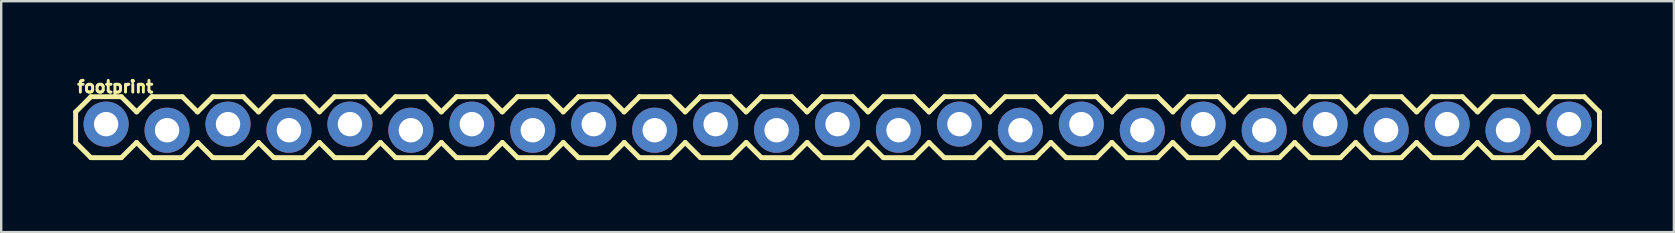
<source format=kicad_pcb>
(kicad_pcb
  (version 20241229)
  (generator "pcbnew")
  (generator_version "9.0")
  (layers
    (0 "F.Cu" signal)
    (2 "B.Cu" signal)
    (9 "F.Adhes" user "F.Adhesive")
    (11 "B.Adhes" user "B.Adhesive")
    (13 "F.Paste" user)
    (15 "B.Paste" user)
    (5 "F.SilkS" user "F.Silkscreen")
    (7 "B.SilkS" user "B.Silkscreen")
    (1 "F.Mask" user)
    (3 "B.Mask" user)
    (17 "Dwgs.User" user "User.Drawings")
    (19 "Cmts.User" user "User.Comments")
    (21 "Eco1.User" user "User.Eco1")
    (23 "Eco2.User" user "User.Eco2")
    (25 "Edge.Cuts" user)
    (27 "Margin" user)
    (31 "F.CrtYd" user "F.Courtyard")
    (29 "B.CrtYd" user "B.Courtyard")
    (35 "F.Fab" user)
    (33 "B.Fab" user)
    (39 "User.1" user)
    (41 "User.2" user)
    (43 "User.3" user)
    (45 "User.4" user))
  (footprint "footprint"
    (layer "F.Cu")
    (at 1.372 2.25)
    (property "Reference" "footprint" (at -1.27 -1.397 0) (layer "F.SilkS") (effects (font (size 0.488 0.488) (thickness 0.122)) (justify left bottom)))
    (fp_line (start -1.27 -0.635) (end -1.27 0.635) (stroke (width 0.203) (type solid)) (layer "F.SilkS"))
    (fp_line (start -1.27 0.635) (end -0.635 1.27) (stroke (width 0.203) (type solid)) (layer "F.SilkS"))
    (fp_line (start -0.635 -1.27) (end -1.27 -0.635) (stroke (width 0.203) (type solid)) (layer "F.SilkS"))
    (fp_line (start -0.635 -1.27) (end 0.635 -1.27) (stroke (width 0.203) (type solid)) (layer "F.SilkS"))
    (fp_line (start 0.635 -1.27) (end 1.27 -0.635) (stroke (width 0.203) (type solid)) (layer "F.SilkS"))
    (fp_line (start 0.635 1.27) (end -0.635 1.27) (stroke (width 0.203) (type solid)) (layer "F.SilkS"))
    (fp_line (start 1.27 -0.635) (end 1.905 -1.27) (stroke (width 0.203) (type solid)) (layer "F.SilkS"))
    (fp_line (start 1.27 0.635) (end 0.635 1.27) (stroke (width 0.203) (type solid)) (layer "F.SilkS"))
    (fp_line (start 1.905 -1.27) (end 3.175 -1.27) (stroke (width 0.203) (type solid)) (layer "F.SilkS"))
    (fp_line (start 1.905 1.27) (end 1.27 0.635) (stroke (width 0.203) (type solid)) (layer "F.SilkS"))
    (fp_line (start 3.175 -1.27) (end 3.81 -0.635) (stroke (width 0.203) (type solid)) (layer "F.SilkS"))
    (fp_line (start 3.175 1.27) (end 1.905 1.27) (stroke (width 0.203) (type solid)) (layer "F.SilkS"))
    (fp_line (start 3.81 -0.635) (end 4.445 -1.27) (stroke (width 0.203) (type solid)) (layer "F.SilkS"))
    (fp_line (start 3.81 0.635) (end 3.175 1.27) (stroke (width 0.203) (type solid)) (layer "F.SilkS"))
    (fp_line (start 4.445 -1.27) (end 5.715 -1.27) (stroke (width 0.203) (type solid)) (layer "F.SilkS"))
    (fp_line (start 4.445 1.27) (end 3.81 0.635) (stroke (width 0.203) (type solid)) (layer "F.SilkS"))
    (fp_line (start 5.715 -1.27) (end 6.35 -0.635) (stroke (width 0.203) (type solid)) (layer "F.SilkS"))
    (fp_line (start 5.715 1.27) (end 4.445 1.27) (stroke (width 0.203) (type solid)) (layer "F.SilkS"))
    (fp_line (start 6.35 0.635) (end 5.715 1.27) (stroke (width 0.203) (type solid)) (layer "F.SilkS"))
    (fp_line (start 6.35 0.635) (end 6.985 1.27) (stroke (width 0.203) (type solid)) (layer "F.SilkS"))
    (fp_line (start 6.985 -1.27) (end 6.35 -0.635) (stroke (width 0.203) (type solid)) (layer "F.SilkS"))
    (fp_line (start 6.985 -1.27) (end 8.255 -1.27) (stroke (width 0.203) (type solid)) (layer "F.SilkS"))
    (fp_line (start 8.255 -1.27) (end 8.89 -0.635) (stroke (width 0.203) (type solid)) (layer "F.SilkS"))
    (fp_line (start 8.255 1.27) (end 6.985 1.27) (stroke (width 0.203) (type solid)) (layer "F.SilkS"))
    (fp_line (start 8.89 -0.635) (end 9.525 -1.27) (stroke (width 0.203) (type solid)) (layer "F.SilkS"))
    (fp_line (start 8.89 0.635) (end 8.255 1.27) (stroke (width 0.203) (type solid)) (layer "F.SilkS"))
    (fp_line (start 9.525 -1.27) (end 10.795 -1.27) (stroke (width 0.203) (type solid)) (layer "F.SilkS"))
    (fp_line (start 9.525 1.27) (end 8.89 0.635) (stroke (width 0.203) (type solid)) (layer "F.SilkS"))
    (fp_line (start 10.795 -1.27) (end 11.43 -0.635) (stroke (width 0.203) (type solid)) (layer "F.SilkS"))
    (fp_line (start 10.795 1.27) (end 9.525 1.27) (stroke (width 0.203) (type solid)) (layer "F.SilkS"))
    (fp_line (start 11.43 -0.635) (end 12.065 -1.27) (stroke (width 0.203) (type solid)) (layer "F.SilkS"))
    (fp_line (start 11.43 0.635) (end 10.795 1.27) (stroke (width 0.203) (type solid)) (layer "F.SilkS"))
    (fp_line (start 12.065 -1.27) (end 13.335 -1.27) (stroke (width 0.203) (type solid)) (layer "F.SilkS"))
    (fp_line (start 12.065 1.27) (end 11.43 0.635) (stroke (width 0.203) (type solid)) (layer "F.SilkS"))
    (fp_line (start 13.335 -1.27) (end 13.97 -0.635) (stroke (width 0.203) (type solid)) (layer "F.SilkS"))
    (fp_line (start 13.335 1.27) (end 12.065 1.27) (stroke (width 0.203) (type solid)) (layer "F.SilkS"))
    (fp_line (start 13.97 0.635) (end 13.335 1.27) (stroke (width 0.203) (type solid)) (layer "F.SilkS"))
    (fp_line (start 13.97 0.635) (end 14.605 1.27) (stroke (width 0.203) (type solid)) (layer "F.SilkS"))
    (fp_line (start 14.605 -1.27) (end 13.97 -0.635) (stroke (width 0.203) (type solid)) (layer "F.SilkS"))
    (fp_line (start 14.605 -1.27) (end 15.875 -1.27) (stroke (width 0.203) (type solid)) (layer "F.SilkS"))
    (fp_line (start 15.875 -1.27) (end 16.51 -0.635) (stroke (width 0.203) (type solid)) (layer "F.SilkS"))
    (fp_line (start 15.875 1.27) (end 14.605 1.27) (stroke (width 0.203) (type solid)) (layer "F.SilkS"))
    (fp_line (start 16.51 0.635) (end 15.875 1.27) (stroke (width 0.203) (type solid)) (layer "F.SilkS"))
    (fp_line (start 16.51 0.635) (end 17.145 1.27) (stroke (width 0.203) (type solid)) (layer "F.SilkS"))
    (fp_line (start 17.145 -1.27) (end 16.51 -0.635) (stroke (width 0.203) (type solid)) (layer "F.SilkS"))
    (fp_line (start 17.145 -1.27) (end 18.415 -1.27) (stroke (width 0.203) (type solid)) (layer "F.SilkS"))
    (fp_line (start 18.415 -1.27) (end 19.05 -0.635) (stroke (width 0.203) (type solid)) (layer "F.SilkS"))
    (fp_line (start 18.415 1.27) (end 17.145 1.27) (stroke (width 0.203) (type solid)) (layer "F.SilkS"))
    (fp_line (start 19.05 -0.635) (end 19.685 -1.27) (stroke (width 0.203) (type solid)) (layer "F.SilkS"))
    (fp_line (start 19.05 0.635) (end 18.415 1.27) (stroke (width 0.203) (type solid)) (layer "F.SilkS"))
    (fp_line (start 19.685 -1.27) (end 20.955 -1.27) (stroke (width 0.203) (type solid)) (layer "F.SilkS"))
    (fp_line (start 19.685 1.27) (end 19.05 0.635) (stroke (width 0.203) (type solid)) (layer "F.SilkS"))
    (fp_line (start 20.955 -1.27) (end 21.59 -0.635) (stroke (width 0.203) (type solid)) (layer "F.SilkS"))
    (fp_line (start 20.955 1.27) (end 19.685 1.27) (stroke (width 0.203) (type solid)) (layer "F.SilkS"))
    (fp_line (start 21.59 -0.635) (end 22.225 -1.27) (stroke (width 0.203) (type solid)) (layer "F.SilkS"))
    (fp_line (start 21.59 0.635) (end 20.955 1.27) (stroke (width 0.203) (type solid)) (layer "F.SilkS"))
    (fp_line (start 22.225 -1.27) (end 23.495 -1.27) (stroke (width 0.203) (type solid)) (layer "F.SilkS"))
    (fp_line (start 22.225 1.27) (end 21.59 0.635) (stroke (width 0.203) (type solid)) (layer "F.SilkS"))
    (fp_line (start 23.495 -1.27) (end 24.13 -0.635) (stroke (width 0.203) (type solid)) (layer "F.SilkS"))
    (fp_line (start 23.495 1.27) (end 22.225 1.27) (stroke (width 0.203) (type solid)) (layer "F.SilkS"))
    (fp_line (start 24.13 0.635) (end 23.495 1.27) (stroke (width 0.203) (type solid)) (layer "F.SilkS"))
    (fp_line (start 24.13 0.635) (end 24.765 1.27) (stroke (width 0.203) (type solid)) (layer "F.SilkS"))
    (fp_line (start 24.765 -1.27) (end 24.13 -0.635) (stroke (width 0.203) (type solid)) (layer "F.SilkS"))
    (fp_line (start 24.765 -1.27) (end 26.035 -1.27) (stroke (width 0.203) (type solid)) (layer "F.SilkS"))
    (fp_line (start 26.035 -1.27) (end 26.67 -0.635) (stroke (width 0.203) (type solid)) (layer "F.SilkS"))
    (fp_line (start 26.035 1.27) (end 24.765 1.27) (stroke (width 0.203) (type solid)) (layer "F.SilkS"))
    (fp_line (start 26.67 -0.635) (end 27.305 -1.27) (stroke (width 0.203) (type solid)) (layer "F.SilkS"))
    (fp_line (start 26.67 0.635) (end 26.035 1.27) (stroke (width 0.203) (type solid)) (layer "F.SilkS"))
    (fp_line (start 27.305 -1.27) (end 28.575 -1.27) (stroke (width 0.203) (type solid)) (layer "F.SilkS"))
    (fp_line (start 27.305 1.27) (end 26.67 0.635) (stroke (width 0.203) (type solid)) (layer "F.SilkS"))
    (fp_line (start 28.575 -1.27) (end 29.21 -0.635) (stroke (width 0.203) (type solid)) (layer "F.SilkS"))
    (fp_line (start 28.575 1.27) (end 27.305 1.27) (stroke (width 0.203) (type solid)) (layer "F.SilkS"))
    (fp_line (start 29.21 -0.635) (end 29.845 -1.27) (stroke (width 0.203) (type solid)) (layer "F.SilkS"))
    (fp_line (start 29.21 0.635) (end 28.575 1.27) (stroke (width 0.203) (type solid)) (layer "F.SilkS"))
    (fp_line (start 29.845 -1.27) (end 31.115 -1.27) (stroke (width 0.203) (type solid)) (layer "F.SilkS"))
    (fp_line (start 29.845 1.27) (end 29.21 0.635) (stroke (width 0.203) (type solid)) (layer "F.SilkS"))
    (fp_line (start 31.115 -1.27) (end 31.75 -0.635) (stroke (width 0.203) (type solid)) (layer "F.SilkS"))
    (fp_line (start 31.115 1.27) (end 29.845 1.27) (stroke (width 0.203) (type solid)) (layer "F.SilkS"))
    (fp_line (start 31.75 0.635) (end 31.115 1.27) (stroke (width 0.203) (type solid)) (layer "F.SilkS"))
    (fp_line (start 31.75 0.635) (end 32.385 1.27) (stroke (width 0.203) (type solid)) (layer "F.SilkS"))
    (fp_line (start 32.385 -1.27) (end 31.75 -0.635) (stroke (width 0.203) (type solid)) (layer "F.SilkS"))
    (fp_line (start 32.385 -1.27) (end 33.655 -1.27) (stroke (width 0.203) (type solid)) (layer "F.SilkS"))
    (fp_line (start 33.655 -1.27) (end 34.29 -0.635) (stroke (width 0.203) (type solid)) (layer "F.SilkS"))
    (fp_line (start 33.655 1.27) (end 32.385 1.27) (stroke (width 0.203) (type solid)) (layer "F.SilkS"))
    (fp_line (start 34.29 0.635) (end 33.655 1.27) (stroke (width 0.203) (type solid)) (layer "F.SilkS"))
    (fp_line (start 34.29 0.635) (end 34.925 1.27) (stroke (width 0.203) (type solid)) (layer "F.SilkS"))
    (fp_line (start 34.925 -1.27) (end 34.29 -0.635) (stroke (width 0.203) (type solid)) (layer "F.SilkS"))
    (fp_line (start 34.925 -1.27) (end 36.195 -1.27) (stroke (width 0.203) (type solid)) (layer "F.SilkS"))
    (fp_line (start 36.195 -1.27) (end 36.83 -0.635) (stroke (width 0.203) (type solid)) (layer "F.SilkS"))
    (fp_line (start 36.195 1.27) (end 34.925 1.27) (stroke (width 0.203) (type solid)) (layer "F.SilkS"))
    (fp_line (start 36.83 0.635) (end 36.195 1.27) (stroke (width 0.203) (type solid)) (layer "F.SilkS"))
    (fp_line (start 36.83 0.635) (end 37.465 1.27) (stroke (width 0.203) (type solid)) (layer "F.SilkS"))
    (fp_line (start 37.465 -1.27) (end 36.83 -0.635) (stroke (width 0.203) (type solid)) (layer "F.SilkS"))
    (fp_line (start 37.465 -1.27) (end 38.735 -1.27) (stroke (width 0.203) (type solid)) (layer "F.SilkS"))
    (fp_line (start 38.735 -1.27) (end 39.37 -0.635) (stroke (width 0.203) (type solid)) (layer "F.SilkS"))
    (fp_line (start 38.735 1.27) (end 37.465 1.27) (stroke (width 0.203) (type solid)) (layer "F.SilkS"))
    (fp_line (start 39.37 0.635) (end 38.735 1.27) (stroke (width 0.203) (type solid)) (layer "F.SilkS"))
    (fp_line (start 39.37 0.635) (end 40.005 1.27) (stroke (width 0.203) (type solid)) (layer "F.SilkS"))
    (fp_line (start 40.005 -1.27) (end 39.37 -0.635) (stroke (width 0.203) (type solid)) (layer "F.SilkS"))
    (fp_line (start 40.005 -1.27) (end 41.275 -1.27) (stroke (width 0.203) (type solid)) (layer "F.SilkS"))
    (fp_line (start 41.275 -1.27) (end 41.91 -0.635) (stroke (width 0.203) (type solid)) (layer "F.SilkS"))
    (fp_line (start 41.275 1.27) (end 40.005 1.27) (stroke (width 0.203) (type solid)) (layer "F.SilkS"))
    (fp_line (start 41.91 0.635) (end 41.275 1.27) (stroke (width 0.203) (type solid)) (layer "F.SilkS"))
    (fp_line (start 41.91 0.635) (end 42.545 1.27) (stroke (width 0.203) (type solid)) (layer "F.SilkS"))
    (fp_line (start 42.545 -1.27) (end 41.91 -0.635) (stroke (width 0.203) (type solid)) (layer "F.SilkS"))
    (fp_line (start 42.545 -1.27) (end 43.815 -1.27) (stroke (width 0.203) (type solid)) (layer "F.SilkS"))
    (fp_line (start 43.815 -1.27) (end 44.45 -0.635) (stroke (width 0.203) (type solid)) (layer "F.SilkS"))
    (fp_line (start 43.815 1.27) (end 42.545 1.27) (stroke (width 0.203) (type solid)) (layer "F.SilkS"))
    (fp_line (start 44.45 0.635) (end 43.815 1.27) (stroke (width 0.203) (type solid)) (layer "F.SilkS"))
    (fp_line (start 44.45 0.635) (end 45.085 1.27) (stroke (width 0.203) (type solid)) (layer "F.SilkS"))
    (fp_line (start 45.085 -1.27) (end 44.45 -0.635) (stroke (width 0.203) (type solid)) (layer "F.SilkS"))
    (fp_line (start 45.085 -1.27) (end 46.355 -1.27) (stroke (width 0.203) (type solid)) (layer "F.SilkS"))
    (fp_line (start 46.355 -1.27) (end 46.99 -0.635) (stroke (width 0.203) (type solid)) (layer "F.SilkS"))
    (fp_line (start 46.355 1.27) (end 45.085 1.27) (stroke (width 0.203) (type solid)) (layer "F.SilkS"))
    (fp_line (start 46.99 0.635) (end 46.355 1.27) (stroke (width 0.203) (type solid)) (layer "F.SilkS"))
    (fp_line (start 46.99 0.635) (end 47.625 1.27) (stroke (width 0.203) (type solid)) (layer "F.SilkS"))
    (fp_line (start 47.625 -1.27) (end 46.99 -0.635) (stroke (width 0.203) (type solid)) (layer "F.SilkS"))
    (fp_line (start 47.625 -1.27) (end 48.895 -1.27) (stroke (width 0.203) (type solid)) (layer "F.SilkS"))
    (fp_line (start 48.895 -1.27) (end 49.53 -0.635) (stroke (width 0.203) (type solid)) (layer "F.SilkS"))
    (fp_line (start 48.895 1.27) (end 47.625 1.27) (stroke (width 0.203) (type solid)) (layer "F.SilkS"))
    (fp_line (start 49.53 0.635) (end 48.895 1.27) (stroke (width 0.203) (type solid)) (layer "F.SilkS"))
    (fp_line (start 49.53 0.635) (end 50.165 1.27) (stroke (width 0.203) (type solid)) (layer "F.SilkS"))
    (fp_line (start 50.165 -1.27) (end 49.53 -0.635) (stroke (width 0.203) (type solid)) (layer "F.SilkS"))
    (fp_line (start 50.165 -1.27) (end 51.435 -1.27) (stroke (width 0.203) (type solid)) (layer "F.SilkS"))
    (fp_line (start 51.435 -1.27) (end 52.07 -0.635) (stroke (width 0.203) (type solid)) (layer "F.SilkS"))
    (fp_line (start 51.435 1.27) (end 50.165 1.27) (stroke (width 0.203) (type solid)) (layer "F.SilkS"))
    (fp_line (start 52.07 0.635) (end 51.435 1.27) (stroke (width 0.203) (type solid)) (layer "F.SilkS"))
    (fp_line (start 52.07 0.635) (end 52.705 1.27) (stroke (width 0.203) (type solid)) (layer "F.SilkS"))
    (fp_line (start 52.705 -1.27) (end 52.07 -0.635) (stroke (width 0.203) (type solid)) (layer "F.SilkS"))
    (fp_line (start 52.705 -1.27) (end 53.975 -1.27) (stroke (width 0.203) (type solid)) (layer "F.SilkS"))
    (fp_line (start 53.975 -1.27) (end 54.61 -0.635) (stroke (width 0.203) (type solid)) (layer "F.SilkS"))
    (fp_line (start 53.975 1.27) (end 52.705 1.27) (stroke (width 0.203) (type solid)) (layer "F.SilkS"))
    (fp_line (start 54.61 0.635) (end 53.975 1.27) (stroke (width 0.203) (type solid)) (layer "F.SilkS"))
    (fp_line (start 54.61 0.635) (end 55.245 1.27) (stroke (width 0.203) (type solid)) (layer "F.SilkS"))
    (fp_line (start 55.245 -1.27) (end 54.61 -0.635) (stroke (width 0.203) (type solid)) (layer "F.SilkS"))
    (fp_line (start 55.245 -1.27) (end 56.515 -1.27) (stroke (width 0.203) (type solid)) (layer "F.SilkS"))
    (fp_line (start 56.515 -1.27) (end 57.15 -0.635) (stroke (width 0.203) (type solid)) (layer "F.SilkS"))
    (fp_line (start 56.515 1.27) (end 55.245 1.27) (stroke (width 0.203) (type solid)) (layer "F.SilkS"))
    (fp_line (start 57.15 0.635) (end 56.515 1.27) (stroke (width 0.203) (type solid)) (layer "F.SilkS"))
    (fp_line (start 57.15 0.635) (end 57.785 1.27) (stroke (width 0.203) (type solid)) (layer "F.SilkS"))
    (fp_line (start 57.785 -1.27) (end 57.15 -0.635) (stroke (width 0.203) (type solid)) (layer "F.SilkS"))
    (fp_line (start 57.785 -1.27) (end 59.055 -1.27) (stroke (width 0.203) (type solid)) (layer "F.SilkS"))
    (fp_line (start 59.055 -1.27) (end 59.69 -0.635) (stroke (width 0.203) (type solid)) (layer "F.SilkS"))
    (fp_line (start 59.055 -1.27) (end 59.69 -0.635) (stroke (width 0.203) (type solid)) (layer "F.SilkS"))
    (fp_line (start 59.055 1.27) (end 57.785 1.27) (stroke (width 0.203) (type solid)) (layer "F.SilkS"))
    (fp_line (start 59.69 0.635) (end 59.055 1.27) (stroke (width 0.203) (type solid)) (layer "F.SilkS"))
    (fp_line (start 59.69 0.635) (end 59.055 1.27) (stroke (width 0.203) (type solid)) (layer "F.SilkS"))
    (fp_line (start 59.69 0.635) (end 60.325 1.27) (stroke (width 0.203) (type solid)) (layer "F.SilkS"))
    (fp_line (start 60.325 -1.27) (end 59.69 -0.635) (stroke (width 0.203) (type solid)) (layer "F.SilkS"))
    (fp_line (start 60.325 -1.27) (end 61.595 -1.27) (stroke (width 0.203) (type solid)) (layer "F.SilkS"))
    (fp_line (start 61.595 -1.27) (end 62.23 -0.635) (stroke (width 0.203) (type solid)) (layer "F.SilkS"))
    (fp_line (start 61.595 1.27) (end 60.325 1.27) (stroke (width 0.203) (type solid)) (layer "F.SilkS"))
    (fp_line (start 62.23 -0.635) (end 62.23 0.635) (stroke (width 0.203) (type solid)) (layer "F.SilkS"))
    (fp_line (start 62.23 0.635) (end 61.595 1.27) (stroke (width 0.203) (type solid)) (layer "F.SilkS"))
    (fp_poly (pts (xy -0.254 0.254) (xy 0.254 0.254) (xy 0.254 -0.254) (xy -0.254 -0.254)) (stroke (width 0.1) (type solid)) (fill no) (layer "F.Fab"))
    (fp_poly (pts (xy 2.286 0.254) (xy 2.794 0.254) (xy 2.794 -0.254) (xy 2.286 -0.254)) (stroke (width 0.1) (type solid)) (fill no) (layer "F.Fab"))
    (fp_poly (pts (xy 4.826 0.254) (xy 5.334 0.254) (xy 5.334 -0.254) (xy 4.826 -0.254)) (stroke (width 0.1) (type solid)) (fill no) (layer "F.Fab"))
    (fp_poly (pts (xy 7.366 0.254) (xy 7.874 0.254) (xy 7.874 -0.254) (xy 7.366 -0.254)) (stroke (width 0.1) (type solid)) (fill no) (layer "F.Fab"))
    (fp_poly (pts (xy 9.906 0.254) (xy 10.414 0.254) (xy 10.414 -0.254) (xy 9.906 -0.254)) (stroke (width 0.1) (type solid)) (fill no) (layer "F.Fab"))
    (fp_poly (pts (xy 12.446 0.254) (xy 12.954 0.254) (xy 12.954 -0.254) (xy 12.446 -0.254)) (stroke (width 0.1) (type solid)) (fill no) (layer "F.Fab"))
    (fp_poly (pts (xy 14.986 0.254) (xy 15.494 0.254) (xy 15.494 -0.254) (xy 14.986 -0.254)) (stroke (width 0.1) (type solid)) (fill no) (layer "F.Fab"))
    (fp_poly (pts (xy 17.526 0.254) (xy 18.034 0.254) (xy 18.034 -0.254) (xy 17.526 -0.254)) (stroke (width 0.1) (type solid)) (fill no) (layer "F.Fab"))
    (fp_poly (pts (xy 20.066 0.254) (xy 20.574 0.254) (xy 20.574 -0.254) (xy 20.066 -0.254)) (stroke (width 0.1) (type solid)) (fill no) (layer "F.Fab"))
    (fp_poly (pts (xy 22.606 0.254) (xy 23.114 0.254) (xy 23.114 -0.254) (xy 22.606 -0.254)) (stroke (width 0.1) (type solid)) (fill no) (layer "F.Fab"))
    (fp_poly (pts (xy 25.146 0.254) (xy 25.654 0.254) (xy 25.654 -0.254) (xy 25.146 -0.254)) (stroke (width 0.1) (type solid)) (fill no) (layer "F.Fab"))
    (fp_poly (pts (xy 27.686 0.254) (xy 28.194 0.254) (xy 28.194 -0.254) (xy 27.686 -0.254)) (stroke (width 0.1) (type solid)) (fill no) (layer "F.Fab"))
    (fp_poly (pts (xy 30.226 0.254) (xy 30.734 0.254) (xy 30.734 -0.254) (xy 30.226 -0.254)) (stroke (width 0.1) (type solid)) (fill no) (layer "F.Fab"))
    (fp_poly (pts (xy 32.766 0.254) (xy 33.274 0.254) (xy 33.274 -0.254) (xy 32.766 -0.254)) (stroke (width 0.1) (type solid)) (fill no) (layer "F.Fab"))
    (fp_poly (pts (xy 35.306 0.254) (xy 35.814 0.254) (xy 35.814 -0.254) (xy 35.306 -0.254)) (stroke (width 0.1) (type solid)) (fill no) (layer "F.Fab"))
    (fp_poly (pts (xy 37.846 0.254) (xy 38.354 0.254) (xy 38.354 -0.254) (xy 37.846 -0.254)) (stroke (width 0.1) (type solid)) (fill no) (layer "F.Fab"))
    (fp_poly (pts (xy 40.386 0.254) (xy 40.894 0.254) (xy 40.894 -0.254) (xy 40.386 -0.254)) (stroke (width 0.1) (type solid)) (fill no) (layer "F.Fab"))
    (fp_poly (pts (xy 42.926 0.254) (xy 43.434 0.254) (xy 43.434 -0.254) (xy 42.926 -0.254)) (stroke (width 0.1) (type solid)) (fill no) (layer "F.Fab"))
    (fp_poly (pts (xy 45.466 0.254) (xy 45.974 0.254) (xy 45.974 -0.254) (xy 45.466 -0.254)) (stroke (width 0.1) (type solid)) (fill no) (layer "F.Fab"))
    (fp_poly (pts (xy 48.006 0.254) (xy 48.514 0.254) (xy 48.514 -0.254) (xy 48.006 -0.254)) (stroke (width 0.1) (type solid)) (fill no) (layer "F.Fab"))
    (fp_poly (pts (xy 50.546 0.254) (xy 51.054 0.254) (xy 51.054 -0.254) (xy 50.546 -0.254)) (stroke (width 0.1) (type solid)) (fill no) (layer "F.Fab"))
    (fp_poly (pts (xy 53.086 0.254) (xy 53.594 0.254) (xy 53.594 -0.254) (xy 53.086 -0.254)) (stroke (width 0.1) (type solid)) (fill no) (layer "F.Fab"))
    (fp_poly (pts (xy 55.626 0.254) (xy 56.134 0.254) (xy 56.134 -0.254) (xy 55.626 -0.254)) (stroke (width 0.1) (type solid)) (fill no) (layer "F.Fab"))
    (fp_poly (pts (xy 58.166 0.254) (xy 58.674 0.254) (xy 58.674 -0.254) (xy 58.166 -0.254)) (stroke (width 0.1) (type solid)) (fill no) (layer "F.Fab"))
    (fp_poly (pts (xy 60.706 0.254) (xy 61.214 0.254) (xy 61.214 -0.254) (xy 60.706 -0.254)) (stroke (width 0.1) (type solid)) (fill no) (layer "F.Fab"))
    (pad "1" thru_hole circle (at 0 -0.127 90) (size 1.88 1.88) (drill 1.016) (layers "*.Cu" "*.Mask"))
    (pad "2" thru_hole circle (at 2.54 0.127 90) (size 1.88 1.88) (drill 1.016) (layers "*.Cu" "*.Mask"))
    (pad "3" thru_hole circle (at 5.08 -0.127 90) (size 1.88 1.88) (drill 1.016) (layers "*.Cu" "*.Mask"))
    (pad "4" thru_hole circle (at 7.62 0.127 90) (size 1.88 1.88) (drill 1.016) (layers "*.Cu" "*.Mask"))
    (pad "5" thru_hole circle (at 10.16 -0.127 90) (size 1.88 1.88) (drill 1.016) (layers "*.Cu" "*.Mask"))
    (pad "6" thru_hole circle (at 12.7 0.127 90) (size 1.88 1.88) (drill 1.016) (layers "*.Cu" "*.Mask"))
    (pad "7" thru_hole circle (at 15.24 -0.127 90) (size 1.88 1.88) (drill 1.016) (layers "*.Cu" "*.Mask"))
    (pad "8" thru_hole circle (at 17.78 0.127 90) (size 1.88 1.88) (drill 1.016) (layers "*.Cu" "*.Mask"))
    (pad "9" thru_hole circle (at 20.32 -0.127 90) (size 1.88 1.88) (drill 1.016) (layers "*.Cu" "*.Mask"))
    (pad "10" thru_hole circle (at 22.86 0.127 90) (size 1.88 1.88) (drill 1.016) (layers "*.Cu" "*.Mask"))
    (pad "11" thru_hole circle (at 25.4 -0.127 90) (size 1.88 1.88) (drill 1.016) (layers "*.Cu" "*.Mask"))
    (pad "12" thru_hole circle (at 27.94 0.127 90) (size 1.88 1.88) (drill 1.016) (layers "*.Cu" "*.Mask"))
    (pad "13" thru_hole circle (at 30.48 -0.127 90) (size 1.88 1.88) (drill 1.016) (layers "*.Cu" "*.Mask"))
    (pad "14" thru_hole circle (at 33.02 0.127 90) (size 1.88 1.88) (drill 1.016) (layers "*.Cu" "*.Mask"))
    (pad "15" thru_hole circle (at 35.56 -0.127 90) (size 1.88 1.88) (drill 1.016) (layers "*.Cu" "*.Mask"))
    (pad "16" thru_hole circle (at 38.1 0.127 90) (size 1.88 1.88) (drill 1.016) (layers "*.Cu" "*.Mask"))
    (pad "17" thru_hole circle (at 40.64 -0.127 90) (size 1.88 1.88) (drill 1.016) (layers "*.Cu" "*.Mask"))
    (pad "18" thru_hole circle (at 43.18 0.127 90) (size 1.88 1.88) (drill 1.016) (layers "*.Cu" "*.Mask"))
    (pad "19" thru_hole circle (at 45.72 -0.127 90) (size 1.88 1.88) (drill 1.016) (layers "*.Cu" "*.Mask"))
    (pad "20" thru_hole circle (at 48.26 0.127 90) (size 1.88 1.88) (drill 1.016) (layers "*.Cu" "*.Mask"))
    (pad "21" thru_hole circle (at 50.8 -0.127 90) (size 1.88 1.88) (drill 1.016) (layers "*.Cu" "*.Mask"))
    (pad "22" thru_hole circle (at 53.34 0.127 90) (size 1.88 1.88) (drill 1.016) (layers "*.Cu" "*.Mask"))
    (pad "23" thru_hole circle (at 55.88 -0.127 90) (size 1.88 1.88) (drill 1.016) (layers "*.Cu" "*.Mask"))
    (pad "24" thru_hole circle (at 58.42 0.127 90) (size 1.88 1.88) (drill 1.016) (layers "*.Cu" "*.Mask"))
    (pad "25" thru_hole circle (at 60.96 -0.127 90) (size 1.88 1.88) (drill 1.016) (layers "*.Cu" "*.Mask")))
  (gr_rect
    (start -3 -3)
    (end 66.703 6.622)
    (stroke (width 0.1) (type default))
    (fill no)
    (layer "Edge.Cuts")))
</source>
